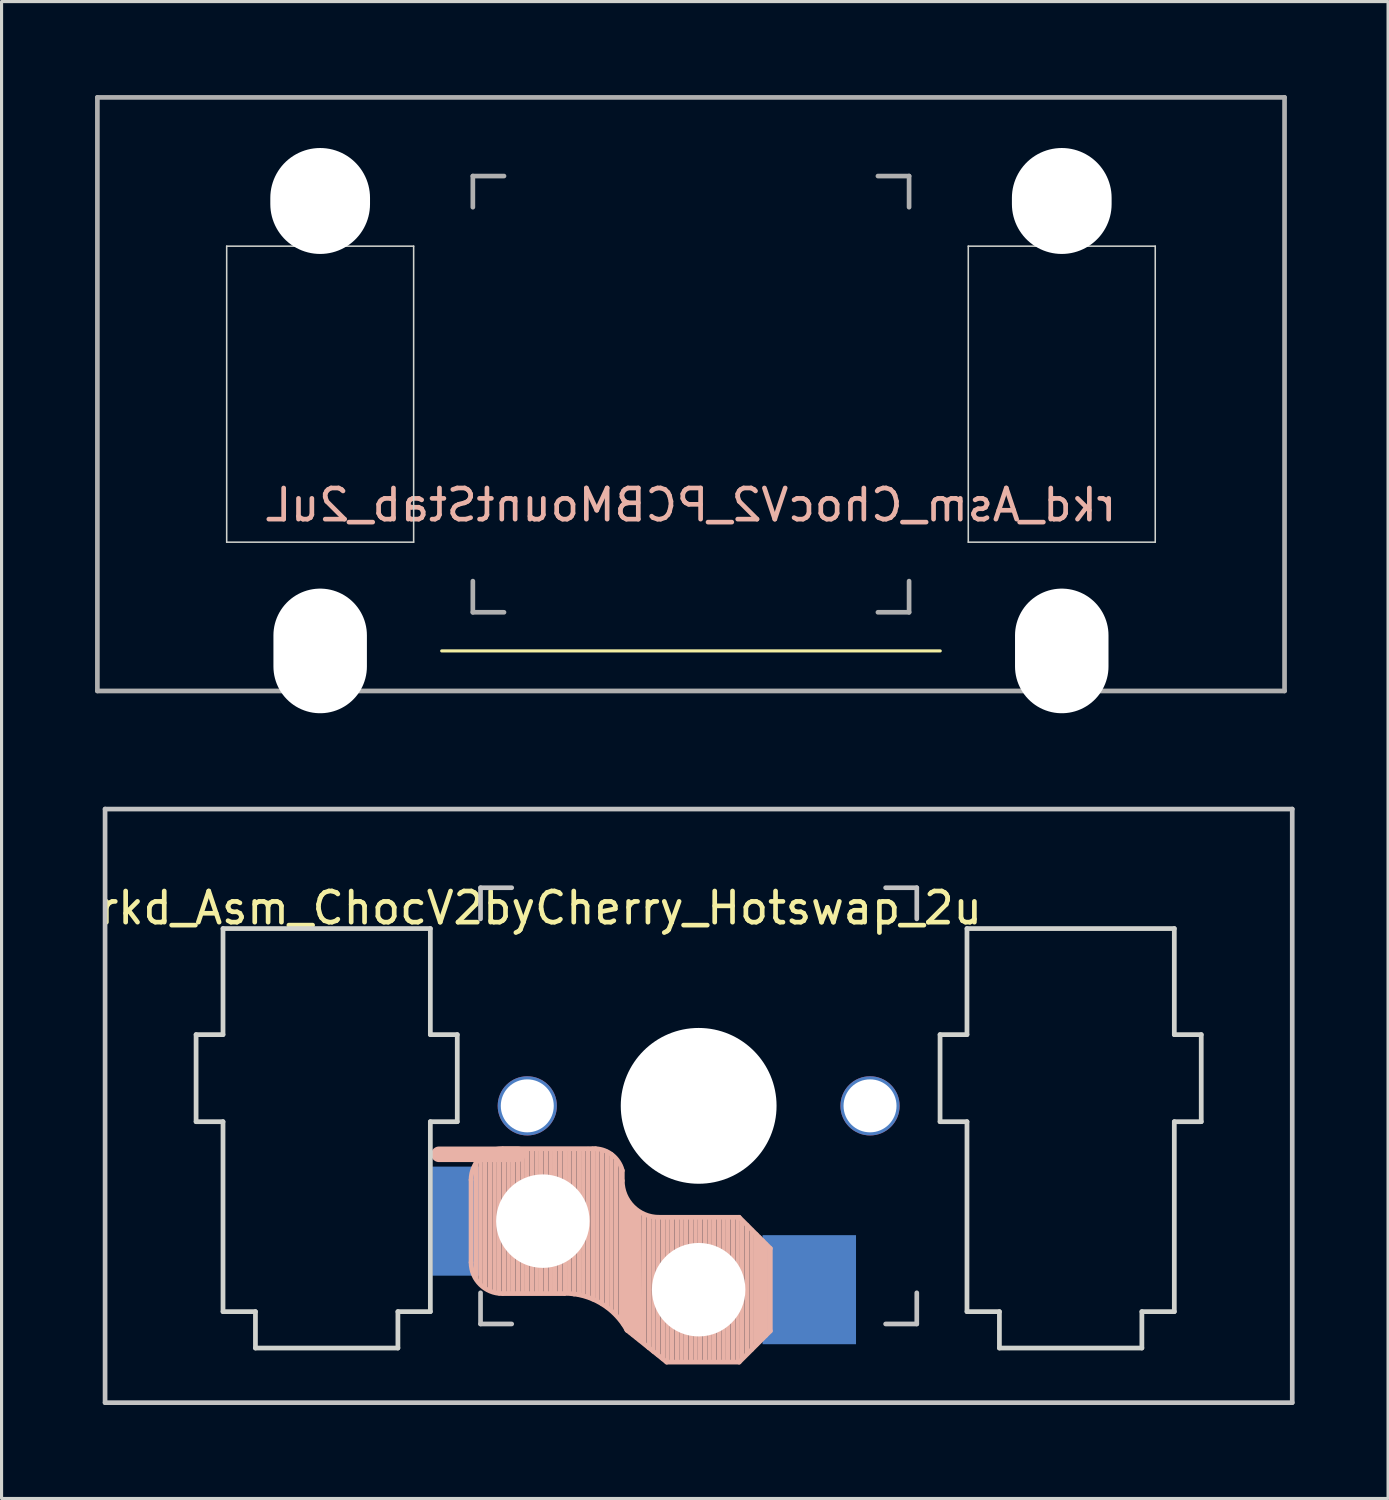
<source format=kicad_pcb>
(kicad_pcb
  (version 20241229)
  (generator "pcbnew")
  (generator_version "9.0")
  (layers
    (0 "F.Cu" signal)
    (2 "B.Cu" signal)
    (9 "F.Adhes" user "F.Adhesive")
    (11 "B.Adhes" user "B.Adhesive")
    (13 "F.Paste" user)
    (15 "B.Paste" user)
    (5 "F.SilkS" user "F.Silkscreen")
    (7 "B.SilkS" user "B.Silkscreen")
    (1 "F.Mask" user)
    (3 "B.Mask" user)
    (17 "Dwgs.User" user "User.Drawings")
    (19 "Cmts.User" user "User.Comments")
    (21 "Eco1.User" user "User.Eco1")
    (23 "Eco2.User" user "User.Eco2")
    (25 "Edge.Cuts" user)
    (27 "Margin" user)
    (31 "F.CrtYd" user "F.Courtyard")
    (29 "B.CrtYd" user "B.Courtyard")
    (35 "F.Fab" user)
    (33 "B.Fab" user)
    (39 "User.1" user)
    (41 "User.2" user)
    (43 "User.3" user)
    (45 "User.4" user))
  (footprint "rkd_Asm_ChocV2byCherry_Hotswap_2u"
    (layer "F.Cu")
    (at 19.372 32.44)
    (property "Reference" "rkd_Asm_ChocV2byCherry_Hotswap_2u" (at -5.08 -6.35 180) (layer "F.SilkS") (effects (font (size 1 1) (thickness 0.15))))
    (attr through_hole)
    (fp_line (start -7.305 2.375) (end -7.305 5.025) (stroke (width 0.15) (type solid)) (layer "B.SilkS"))
    (fp_line (start -7.15 5.53) (end -7.15 1.85) (stroke (width 0.15) (type solid)) (layer "B.SilkS"))
    (fp_line (start -7 5.7) (end -7 1.73) (stroke (width 0.15) (type solid)) (layer "B.SilkS"))
    (fp_line (start -6.85 5.84) (end -6.85 1.7) (stroke (width 0.15) (type solid)) (layer "B.SilkS"))
    (fp_line (start -6.7 5.92) (end -6.7 1.8) (stroke (width 0.15) (type solid)) (layer "B.SilkS"))
    (fp_line (start -6.55 5.97) (end -6.55 1.65) (stroke (width 0.15) (type solid)) (layer "B.SilkS"))
    (fp_line (start -6.4 6.01) (end -6.4 1.5) (stroke (width 0.15) (type solid)) (layer "B.SilkS"))
    (fp_line (start -6.25 6) (end -6.25 1.4) (stroke (width 0.15) (type solid)) (layer "B.SilkS"))
    (fp_line (start -6.1 6) (end -6.1 1.4) (stroke (width 0.15) (type solid)) (layer "B.SilkS"))
    (fp_line (start -5.95 6) (end -5.95 1.4) (stroke (width 0.15) (type solid)) (layer "B.SilkS"))
    (fp_line (start -5.8 1.555) (end -8.334 1.555) (stroke (width 0.5) (type default)) (layer "B.SilkS"))
    (fp_line (start -5.8 6) (end -5.8 1.4) (stroke (width 0.15) (type solid)) (layer "B.SilkS"))
    (fp_line (start -5.65 6) (end -5.65 1.4) (stroke (width 0.15) (type solid)) (layer "B.SilkS"))
    (fp_line (start -5.5 6) (end -5.5 1.4) (stroke (width 0.15) (type solid)) (layer "B.SilkS"))
    (fp_line (start -5.35 6) (end -5.35 1.4) (stroke (width 0.15) (type solid)) (layer "B.SilkS"))
    (fp_line (start -5.2 6) (end -5.2 1.4) (stroke (width 0.15) (type solid)) (layer "B.SilkS"))
    (fp_line (start -5.05 6) (end -5.05 1.4) (stroke (width 0.15) (type solid)) (layer "B.SilkS"))
    (fp_line (start -4.9 6) (end -4.9 1.4) (stroke (width 0.15) (type solid)) (layer "B.SilkS"))
    (fp_line (start -4.75 6) (end -4.75 1.4) (stroke (width 0.15) (type solid)) (layer "B.SilkS"))
    (fp_line (start -4.6 6) (end -4.6 1.4) (stroke (width 0.15) (type solid)) (layer "B.SilkS"))
    (fp_line (start -4.45 6) (end -4.45 1.4) (stroke (width 0.15) (type solid)) (layer "B.SilkS"))
    (fp_line (start -4.3 6) (end -4.3 1.4) (stroke (width 0.15) (type solid)) (layer "B.SilkS"))
    (fp_line (start -4.3 6.025) (end -6.275 6.025) (stroke (width 0.15) (type solid)) (layer "B.SilkS"))
    (fp_line (start -4.15 6) (end -4.15 1.45) (stroke (width 0.15) (type solid)) (layer "B.SilkS"))
    (fp_line (start -4 6.04) (end -4 1.4) (stroke (width 0.15) (type solid)) (layer "B.SilkS"))
    (fp_line (start -3.85 6.05) (end -3.85 1.4) (stroke (width 0.15) (type solid)) (layer "B.SilkS"))
    (fp_line (start -3.7 6.05) (end -3.7 1.45) (stroke (width 0.15) (type solid)) (layer "B.SilkS"))
    (fp_line (start -3.55 6.1) (end -3.55 1.39) (stroke (width 0.15) (type solid)) (layer "B.SilkS"))
    (fp_line (start -3.4 6.2) (end -3.4 1.38) (stroke (width 0.15) (type solid)) (layer "B.SilkS"))
    (fp_line (start -3.311 1.375) (end -6.275 1.375) (stroke (width 0.15) (type solid)) (layer "B.SilkS"))
    (fp_line (start -3.25 6.25) (end -3.25 1.4) (stroke (width 0.15) (type solid)) (layer "B.SilkS"))
    (fp_line (start -3.1 6.35) (end -3.1 1.43) (stroke (width 0.15) (type solid)) (layer "B.SilkS"))
    (fp_line (start -2.95 6.45) (end -2.95 1.48) (stroke (width 0.15) (type solid)) (layer "B.SilkS"))
    (fp_line (start -2.8 6.55) (end -2.8 1.56) (stroke (width 0.15) (type solid)) (layer "B.SilkS"))
    (fp_line (start -2.65 6.7) (end -2.65 1.75) (stroke (width 0.15) (type solid)) (layer "B.SilkS"))
    (fp_line (start -2.5 6.85) (end -2.5 1.95) (stroke (width 0.15) (type solid)) (layer "B.SilkS"))
    (fp_line (start -2.45 2.4) (end -2.45 2.077) (stroke (width 0.15) (type default)) (layer "B.SilkS"))
    (fp_line (start -2.4 7.02) (end -2.4 2.9) (stroke (width 0.15) (type solid)) (layer "B.SilkS"))
    (fp_line (start -2.3 7.2) (end -2.3 3.05) (stroke (width 0.15) (type solid)) (layer "B.SilkS"))
    (fp_line (start -2.3 7.2) (end -1.025 8.225) (stroke (width 0.15) (type solid)) (layer "B.SilkS"))
    (fp_line (start -2.2 7.27) (end -2.2 3.25) (stroke (width 0.15) (type solid)) (layer "B.SilkS"))
    (fp_line (start -2.1 7.35) (end -2.1 3.35) (stroke (width 0.15) (type solid)) (layer "B.SilkS"))
    (fp_line (start -2 7.43) (end -2 3.4) (stroke (width 0.15) (type solid)) (layer "B.SilkS"))
    (fp_line (start -1.89 7.52) (end -1.9 3.45) (stroke (width 0.15) (type solid)) (layer "B.SilkS"))
    (fp_line (start -1.75 7.62) (end -1.75 3.5) (stroke (width 0.15) (type solid)) (layer "B.SilkS"))
    (fp_line (start -1.6 7.76) (end -1.6 3.6) (stroke (width 0.15) (type solid)) (layer "B.SilkS"))
    (fp_line (start -1.45 7.88) (end -1.45 3.6) (stroke (width 0.15) (type solid)) (layer "B.SilkS"))
    (fp_line (start -1.3 7.99) (end -1.3 3.6) (stroke (width 0.15) (type solid)) (layer "B.SilkS"))
    (fp_line (start -1.15 8.11) (end -1.15 3.65) (stroke (width 0.15) (type solid)) (layer "B.SilkS"))
    (fp_line (start -1 8.2) (end -1 3.6) (stroke (width 0.15) (type solid)) (layer "B.SilkS"))
    (fp_line (start -0.85 8.2) (end -0.85 3.6) (stroke (width 0.15) (type solid)) (layer "B.SilkS"))
    (fp_line (start -0.7 8.2) (end -0.7 3.6) (stroke (width 0.15) (type solid)) (layer "B.SilkS"))
    (fp_line (start -0.55 8.2) (end -0.55 3.6) (stroke (width 0.15) (type solid)) (layer "B.SilkS"))
    (fp_line (start -0.4 8.2) (end -0.4 3.6) (stroke (width 0.15) (type solid)) (layer "B.SilkS"))
    (fp_line (start -0.25 8.2) (end -0.25 3.6) (stroke (width 0.15) (type solid)) (layer "B.SilkS"))
    (fp_line (start -0.1 8.2) (end -0.1 3.6) (stroke (width 0.15) (type solid)) (layer "B.SilkS"))
    (fp_line (start 0.05 8.2) (end 0.05 3.6) (stroke (width 0.15) (type solid)) (layer "B.SilkS"))
    (fp_line (start 0.2 8.2) (end 0.2 3.6) (stroke (width 0.15) (type solid)) (layer "B.SilkS"))
    (fp_line (start 0.35 8.2) (end 0.35 3.6) (stroke (width 0.15) (type solid)) (layer "B.SilkS"))
    (fp_line (start 0.5 8.2) (end 0.5 3.6) (stroke (width 0.15) (type solid)) (layer "B.SilkS"))
    (fp_line (start 0.65 8.2) (end 0.65 3.6) (stroke (width 0.15) (type solid)) (layer "B.SilkS"))
    (fp_line (start 0.8 8.2) (end 0.8 3.6) (stroke (width 0.15) (type solid)) (layer "B.SilkS"))
    (fp_line (start 0.95 8.2) (end 0.95 3.6) (stroke (width 0.15) (type solid)) (layer "B.SilkS"))
    (fp_line (start 1.1 8.2) (end 1.1 3.6) (stroke (width 0.15) (type solid)) (layer "B.SilkS"))
    (fp_line (start 1.25 8.2) (end 1.25 3.6) (stroke (width 0.15) (type solid)) (layer "B.SilkS"))
    (fp_line (start 1.3 3.575) (end -1.275 3.575) (stroke (width 0.15) (type solid)) (layer "B.SilkS"))
    (fp_line (start 1.3 8.225) (end -1.025 8.225) (stroke (width 0.15) (type solid)) (layer "B.SilkS"))
    (fp_line (start 1.4 8.09) (end 1.4 3.7) (stroke (width 0.15) (type solid)) (layer "B.SilkS"))
    (fp_line (start 1.55 7.95) (end 1.55 3.83) (stroke (width 0.15) (type solid)) (layer "B.SilkS"))
    (fp_line (start 1.7 7.82) (end 1.7 3.99) (stroke (width 0.15) (type solid)) (layer "B.SilkS"))
    (fp_line (start 1.85 7.66) (end 1.85 4.13) (stroke (width 0.15) (type solid)) (layer "B.SilkS"))
    (fp_line (start 1.95 7.56) (end 1.95 4.23) (stroke (width 0.15) (type solid)) (layer "B.SilkS"))
    (fp_line (start 2.05 7.45) (end 2.05 4.33) (stroke (width 0.15) (type solid)) (layer "B.SilkS"))
    (fp_line (start 2.15 7.37) (end 2.15 4.44) (stroke (width 0.15) (type solid)) (layer "B.SilkS"))
    (fp_line (start 2.3 4.575) (end 1.3 3.575) (stroke (width 0.15) (type solid)) (layer "B.SilkS"))
    (fp_line (start 2.3 4.575) (end 2.3 7.225) (stroke (width 0.15) (type solid)) (layer "B.SilkS"))
    (fp_line (start 2.3 7.225) (end 1.3 8.225) (stroke (width 0.15) (type solid)) (layer "B.SilkS"))
    (fp_arc (start -7.305 2.375) (mid -7.012107 1.667893) (end -6.305 1.375) (stroke (width 0.15) (type solid)) (layer "B.SilkS"))
    (fp_arc (start -6.305 6.025) (mid -7.012107 5.732107) (end -7.305 5.025) (stroke (width 0.15) (type solid)) (layer "B.SilkS"))
    (fp_arc (start -4.3 6.017458) (mid -3.138277 6.335211) (end -2.3 7.2) (stroke (width 0.15) (type solid)) (layer "B.SilkS"))
    (fp_arc (start -3.311204 1.375) (mid -2.763915 1.58277) (end -2.45 2.076887) (stroke (width 0.15) (type solid)) (layer "B.SilkS"))
    (fp_arc (start -1.275 3.575) (mid -2.10585 3.23085) (end -2.45 2.4) (stroke (width 0.15) (type solid)) (layer "B.SilkS"))
    (fp_line (start -19.05 -9.525) (end 19.05 -9.525) (stroke (width 0.15) (type solid)) (layer "Dwgs.User"))
    (fp_line (start -19.05 9.525) (end -19.05 -9.525) (stroke (width 0.15) (type solid)) (layer "Dwgs.User"))
    (fp_line (start -7 -7) (end -6 -7) (stroke (width 0.15) (type solid)) (layer "Dwgs.User"))
    (fp_line (start -7 -6) (end -7 -7) (stroke (width 0.15) (type solid)) (layer "Dwgs.User"))
    (fp_line (start -7 7) (end -7 6) (stroke (width 0.15) (type solid)) (layer "Dwgs.User"))
    (fp_line (start -6 7) (end -7 7) (stroke (width 0.15) (type solid)) (layer "Dwgs.User"))
    (fp_line (start 6 7) (end 7 7) (stroke (width 0.15) (type solid)) (layer "Dwgs.User"))
    (fp_line (start 7 -7) (end 6 -7) (stroke (width 0.15) (type solid)) (layer "Dwgs.User"))
    (fp_line (start 7 -6) (end 7 -7) (stroke (width 0.15) (type solid)) (layer "Dwgs.User"))
    (fp_line (start 7 7) (end 7 6) (stroke (width 0.15) (type solid)) (layer "Dwgs.User"))
    (fp_line (start 19.05 -9.525) (end 19.05 9.525) (stroke (width 0.15) (type solid)) (layer "Dwgs.User"))
    (fp_line (start 19.05 9.525) (end -19.05 9.525) (stroke (width 0.15) (type solid)) (layer "Dwgs.User"))
    (fp_line (start -16.129 -2.286) (end -15.265 -2.286) (stroke (width 0.152) (type solid)) (layer "Edge.Cuts"))
    (fp_line (start -16.129 0.508) (end -16.129 -2.286) (stroke (width 0.152) (type solid)) (layer "Edge.Cuts"))
    (fp_line (start -15.265 -5.69) (end -8.611 -5.69) (stroke (width 0.152) (type solid)) (layer "Edge.Cuts"))
    (fp_line (start -15.265 -2.286) (end -15.265 -5.69) (stroke (width 0.152) (type solid)) (layer "Edge.Cuts"))
    (fp_line (start -15.265 0.508) (end -16.129 0.508) (stroke (width 0.152) (type solid)) (layer "Edge.Cuts"))
    (fp_line (start -15.265 6.604) (end -15.265 0.508) (stroke (width 0.152) (type solid)) (layer "Edge.Cuts"))
    (fp_line (start -14.224 6.604) (end -15.265 6.604) (stroke (width 0.152) (type solid)) (layer "Edge.Cuts"))
    (fp_line (start -14.224 7.772) (end -14.224 6.604) (stroke (width 0.152) (type solid)) (layer "Edge.Cuts"))
    (fp_line (start -9.652 6.604) (end -9.652 7.772) (stroke (width 0.152) (type solid)) (layer "Edge.Cuts"))
    (fp_line (start -9.652 7.772) (end -14.224 7.772) (stroke (width 0.152) (type solid)) (layer "Edge.Cuts"))
    (fp_line (start -8.611 -5.69) (end -8.611 -2.286) (stroke (width 0.152) (type solid)) (layer "Edge.Cuts"))
    (fp_line (start -8.611 -2.286) (end -7.747 -2.286) (stroke (width 0.152) (type solid)) (layer "Edge.Cuts"))
    (fp_line (start -8.611 0.508) (end -8.611 6.604) (stroke (width 0.152) (type solid)) (layer "Edge.Cuts"))
    (fp_line (start -8.611 6.604) (end -9.652 6.604) (stroke (width 0.152) (type solid)) (layer "Edge.Cuts"))
    (fp_line (start -7.747 -2.286) (end -7.747 0.508) (stroke (width 0.152) (type solid)) (layer "Edge.Cuts"))
    (fp_line (start -7.747 0.508) (end -8.611 0.508) (stroke (width 0.152) (type solid)) (layer "Edge.Cuts"))
    (fp_line (start 7.747 -2.286) (end 8.611 -2.286) (stroke (width 0.152) (type solid)) (layer "Edge.Cuts"))
    (fp_line (start 7.747 0.508) (end 7.747 -2.286) (stroke (width 0.152) (type solid)) (layer "Edge.Cuts"))
    (fp_line (start 8.611 -5.69) (end 15.265 -5.69) (stroke (width 0.152) (type solid)) (layer "Edge.Cuts"))
    (fp_line (start 8.611 -2.286) (end 8.611 -5.69) (stroke (width 0.152) (type solid)) (layer "Edge.Cuts"))
    (fp_line (start 8.611 0.508) (end 7.747 0.508) (stroke (width 0.152) (type solid)) (layer "Edge.Cuts"))
    (fp_line (start 8.611 6.604) (end 8.611 0.508) (stroke (width 0.152) (type solid)) (layer "Edge.Cuts"))
    (fp_line (start 9.652 6.604) (end 8.611 6.604) (stroke (width 0.152) (type solid)) (layer "Edge.Cuts"))
    (fp_line (start 9.652 7.772) (end 9.652 6.604) (stroke (width 0.152) (type solid)) (layer "Edge.Cuts"))
    (fp_line (start 14.224 6.604) (end 14.224 7.772) (stroke (width 0.152) (type solid)) (layer "Edge.Cuts"))
    (fp_line (start 14.224 7.772) (end 9.652 7.772) (stroke (width 0.152) (type solid)) (layer "Edge.Cuts"))
    (fp_line (start 15.265 -5.69) (end 15.265 -2.286) (stroke (width 0.152) (type solid)) (layer "Edge.Cuts"))
    (fp_line (start 15.265 -2.286) (end 16.129 -2.286) (stroke (width 0.152) (type solid)) (layer "Edge.Cuts"))
    (fp_line (start 15.265 0.508) (end 15.265 6.604) (stroke (width 0.152) (type solid)) (layer "Edge.Cuts"))
    (fp_line (start 15.265 6.604) (end 14.224 6.604) (stroke (width 0.152) (type solid)) (layer "Edge.Cuts"))
    (fp_line (start 16.129 -2.286) (end 16.129 0.508) (stroke (width 0.152) (type solid)) (layer "Edge.Cuts"))
    (fp_line (start 16.129 0.508) (end 15.265 0.508) (stroke (width 0.152) (type solid)) (layer "Edge.Cuts"))
    (pad "" np_thru_hole circle (at -5.5 0) (size 1.9 1.9) (drill 1.7) (layers "*.Cu" "*.Mask"))
    (pad "" np_thru_hole circle (at -5 3.7 90) (size 3 3) (drill 3) (layers "*.Cu" "*.Mask"))
    (pad "" np_thru_hole circle (at 0 0 90) (size 5 5) (drill 5) (layers "*.Cu" "*.Mask"))
    (pad "" np_thru_hole circle (at 0 5.9 90) (size 3 3) (drill 3) (layers "*.Cu" "*.Mask"))
    (pad "" np_thru_hole circle (at 5.5 0) (size 1.9 1.9) (drill 1.7) (layers "*.Cu" "*.Mask"))
    (pad "1" smd rect (at -7.8 3.7 180) (size 1.5 3.5) (layers "B.Cu" "B.Mask" "B.Paste"))
    (pad "2" smd rect (at 3.55 5.9 180) (size 3 3.5) (layers "B.Cu" "B.Mask" "B.Paste")))
  (footprint "rkd_Asm_ChocV2_PCBMountStab_2uL"
    (layer "F.Cu")
    (at 19.125 9.6)
    (property "Reference" "rkd_Asm_ChocV2_PCBMountStab_2uL" (at 0 3.556 0) (layer "B.SilkS") (effects (font (size 1 1) (thickness 0.15)) (justify mirror)))
    (attr smd board_only)
    (fp_line (start -8 8.24) (end 8 8.24) (stroke (width 0.1) (type default)) (layer "F.SilkS"))
    (fp_line (start -14.9 -4.75) (end -14.9 4.75) (stroke (width 0.05) (type default)) (layer "Edge.Cuts"))
    (fp_line (start -14.9 4.75) (end -8.9 4.75) (stroke (width 0.05) (type default)) (layer "Edge.Cuts"))
    (fp_line (start -8.9 -4.75) (end -14.9 -4.75) (stroke (width 0.05) (type default)) (layer "Edge.Cuts"))
    (fp_line (start -8.9 4.75) (end -8.9 -4.75) (stroke (width 0.05) (type default)) (layer "Edge.Cuts"))
    (fp_line (start 8.9 -4.75) (end 8.9 4.75) (stroke (width 0.05) (type default)) (layer "Edge.Cuts"))
    (fp_line (start 8.9 4.75) (end 14.9 4.75) (stroke (width 0.05) (type default)) (layer "Edge.Cuts"))
    (fp_line (start 14.9 -4.75) (end 8.9 -4.75) (stroke (width 0.05) (type default)) (layer "Edge.Cuts"))
    (fp_line (start 14.9 4.75) (end 14.9 -4.75) (stroke (width 0.05) (type default)) (layer "Edge.Cuts"))
    (fp_line (start -19.05 -9.525) (end -19.05 9.525) (stroke (width 0.15) (type solid)) (layer "F.Fab"))
    (fp_line (start -19.05 9.525) (end 19.05 9.525) (stroke (width 0.15) (type solid)) (layer "F.Fab"))
    (fp_line (start -7 -7) (end -6 -7) (stroke (width 0.15) (type solid)) (layer "F.Fab"))
    (fp_line (start -7 -6) (end -7 -7) (stroke (width 0.15) (type solid)) (layer "F.Fab"))
    (fp_line (start -7 7) (end -7 6) (stroke (width 0.15) (type solid)) (layer "F.Fab"))
    (fp_line (start -6 7) (end -7 7) (stroke (width 0.15) (type solid)) (layer "F.Fab"))
    (fp_line (start 6 -7) (end 7 -7) (stroke (width 0.15) (type solid)) (layer "F.Fab"))
    (fp_line (start 7 -7) (end 7 -6) (stroke (width 0.15) (type solid)) (layer "F.Fab"))
    (fp_line (start 7 6) (end 7 7) (stroke (width 0.15) (type solid)) (layer "F.Fab"))
    (fp_line (start 7 7) (end 6 7) (stroke (width 0.15) (type solid)) (layer "F.Fab"))
    (fp_line (start 19.05 -9.525) (end -19.05 -9.525) (stroke (width 0.15) (type solid)) (layer "F.Fab"))
    (fp_line (start 19.05 9.525) (end 19.05 -9.525) (stroke (width 0.15) (type solid)) (layer "F.Fab"))
    (pad "" np_thru_hole oval (at -11.9 -6.2 180) (size 3.2 3.4) (drill oval 3.2 3.4) (layers "*.Cu" "*.Mask"))
    (pad "" np_thru_hole oval (at -11.9 8.24 180) (size 3 4) (drill oval 3 4) (layers "*.Cu" "*.Mask"))
    (pad "" np_thru_hole oval (at 11.9 -6.2 180) (size 3.2 3.4) (drill oval 3.2 3.4) (layers "*.Cu" "*.Mask"))
    (pad "" np_thru_hole oval (at 11.9 8.24 180) (size 3 4) (drill oval 3 4) (layers "*.Cu" "*.Mask")))
  (gr_rect
    (start -3 -3)
    (end 41.497 45.04)
    (stroke (width 0.1) (type default))
    (fill no)
    (layer "Edge.Cuts")))
</source>
